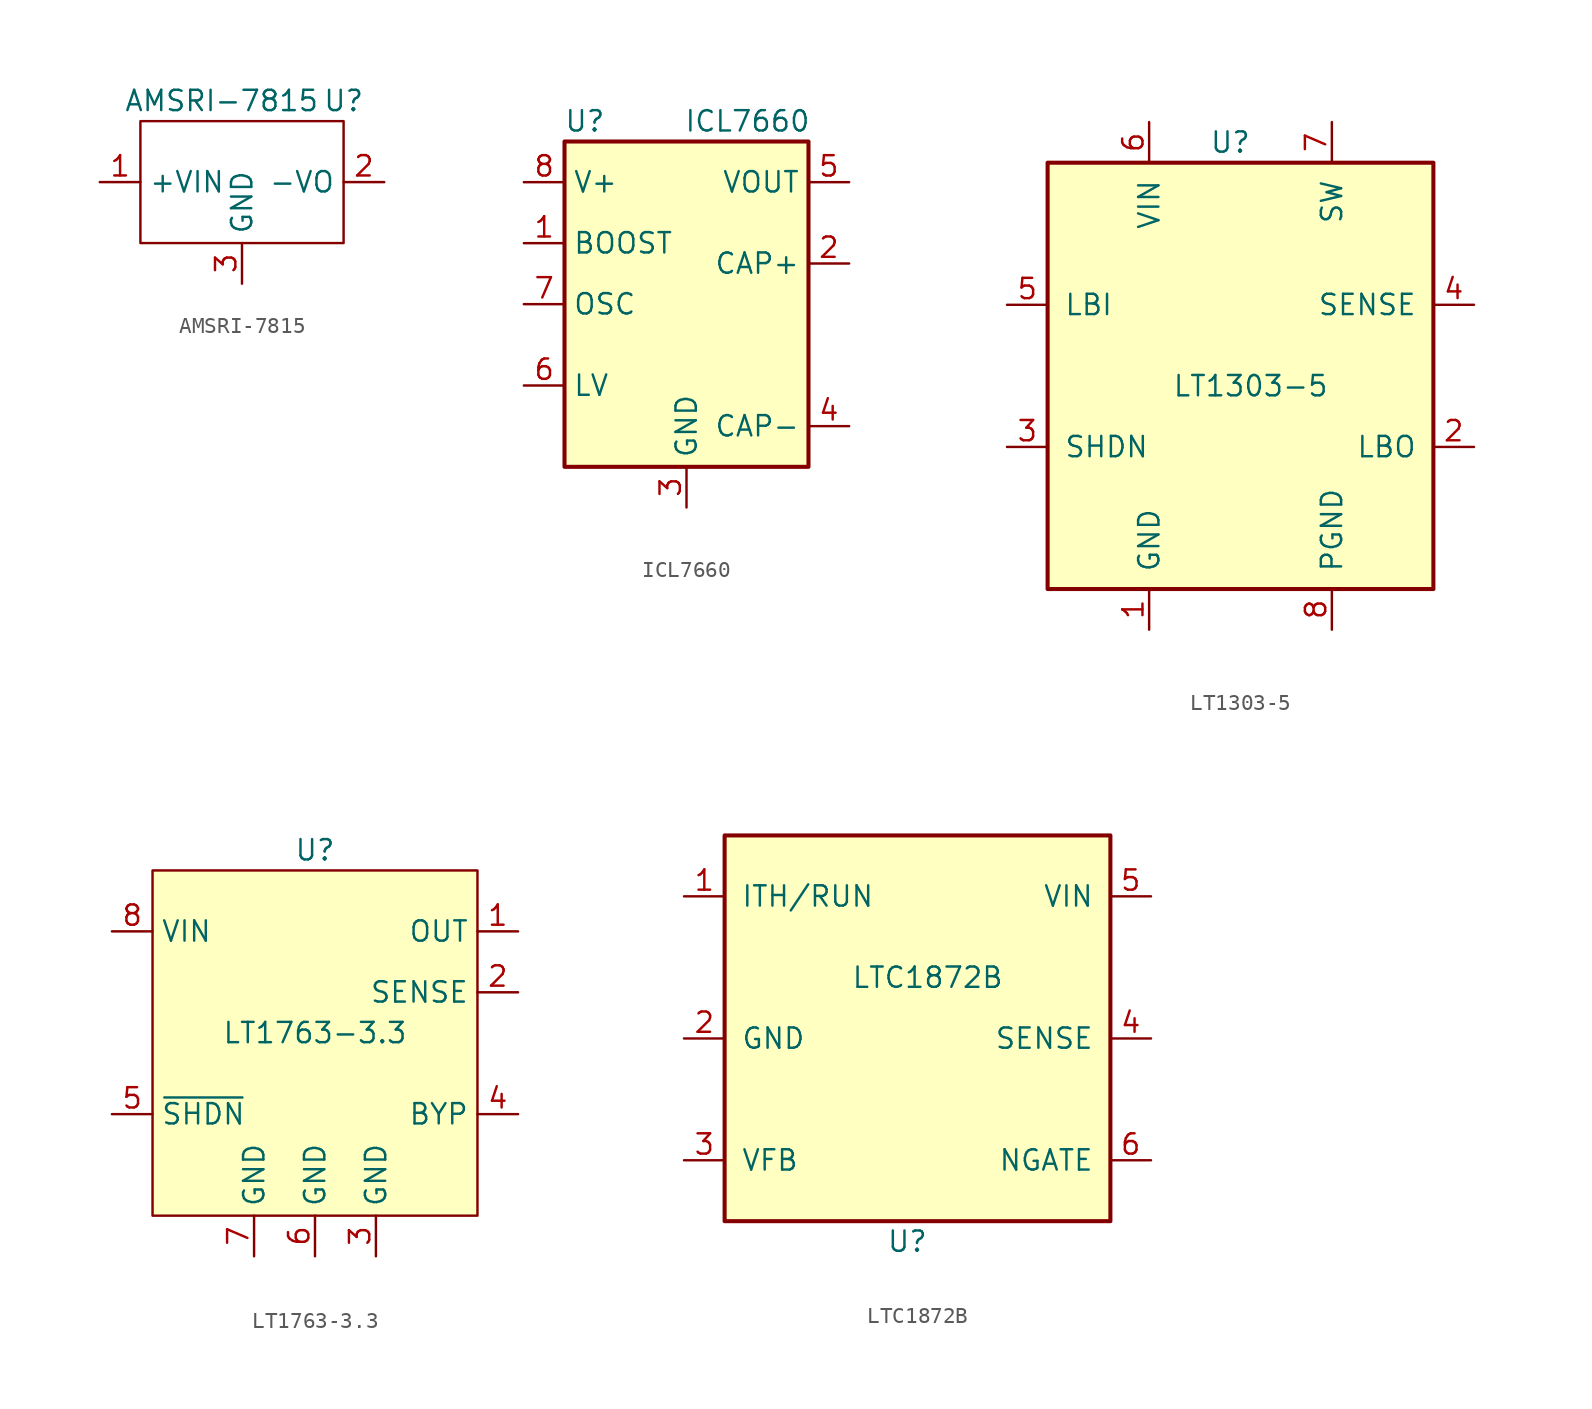
<source format=kicad_sym>
(kicad_symbol_lib
  (version 20211014)
  (generator kicad_symbol_editor)
  (symbol "AMSRI-7815"
    (property "Reference" "U"
      (at 12.7 1.27 0)
      (effects (font (size 1.27 1.27))))
    (property "Value" "AMSRI-7815"
      (at 5.08 1.27 0)
      (effects (font (size 1.27 1.27))))
    (symbol "AMSRI-7815_0_1"
      (rectangle (start 0 0) (end 12.7 -7.62) (stroke (width 0.152) (type default) (color 0 0 0 0)) (fill (type none))))
    (symbol "AMSRI-7815_1_1"
      (pin power_in line (at -2.54 -3.81 0) (length 2.54) (name "+VIN" (effects (font (size 1.27 1.27)))) (number "1" (effects (font (size 1.27 1.27)))))
      (pin power_out line (at 15.24 -3.81 180) (length 2.54) (name "-VO" (effects (font (size 1.27 1.27)))) (number "2" (effects (font (size 1.27 1.27)))))
      (pin power_in line (at 6.35 -10.16 90) (length 2.54) (name "GND" (effects (font (size 1.27 1.27)))) (number "3" (effects (font (size 1.27 1.27)))))))
  (symbol "ICL7660"
    (property "Reference" "U"
      (at -6.35 11.43 0)
      (effects (font (size 1.27 1.27))))
    (property "Value" "ICL7660"
      (at 3.81 11.43 0)
      (effects (font (size 1.27 1.27))))
    (symbol "ICL7660_0_1"
      (rectangle (start -7.62 10.16) (end 7.62 -10.16) (stroke (width 0.254) (type default) (color 0 0 0 0)) (fill (type background))))
    (symbol "ICL7660_1_1"
      (pin input line (at -10.16 3.81 0) (length 2.54) (name "BOOST" (effects (font (size 1.27 1.27)))) (number "1" (effects (font (size 1.27 1.27)))))
      (pin input line (at 10.16 2.54 180) (length 2.54) (name "CAP+" (effects (font (size 1.27 1.27)))) (number "2" (effects (font (size 1.27 1.27)))))
      (pin power_in line (at 0 -12.7 90) (length 2.54) (name "GND" (effects (font (size 1.27 1.27)))) (number "3" (effects (font (size 1.27 1.27)))))
      (pin input line (at 10.16 -7.62 180) (length 2.54) (name "CAP-" (effects (font (size 1.27 1.27)))) (number "4" (effects (font (size 1.27 1.27)))))
      (pin power_out line (at 10.16 7.62 180) (length 2.54) (name "VOUT" (effects (font (size 1.27 1.27)))) (number "5" (effects (font (size 1.27 1.27)))))
      (pin input line (at -10.16 -5.08 0) (length 2.54) (name "LV" (effects (font (size 1.27 1.27)))) (number "6" (effects (font (size 1.27 1.27)))))
      (pin input line (at -10.16 0 0) (length 2.54) (name "OSC" (effects (font (size 1.27 1.27)))) (number "7" (effects (font (size 1.27 1.27)))))
      (pin power_in line (at -10.16 7.62 0) (length 2.54) (name "V+" (effects (font (size 1.27 1.27)))) (number "8" (effects (font (size 1.27 1.27)))))))
  (symbol "LT1303-5"
    (pin_names
      (offset 1.016))
    (property "Reference" "U"
      (at 3.81 11.43 0)
      (effects (font (size 1.27 1.27))))
    (property "Value" "LT1303-5"
      (at 5.08 -3.81 0)
      (effects (font (size 1.27 1.27))))
    (symbol "LT1303-5_1_1"
      (rectangle (start -7.62 10.16) (end 16.51 -16.51) (stroke (width 0.254) (type default) (color 0 0 0 0)) (fill (type background)))
      (pin power_in line (at -1.27 -19.05 90) (length 2.54) (name "GND" (effects (font (size 1.27 1.27)))) (number "1" (effects (font (size 1.27 1.27)))))
      (pin input line (at 19.05 -7.62 180) (length 2.54) (name "LBO" (effects (font (size 1.27 1.27)))) (number "2" (effects (font (size 1.27 1.27)))))
      (pin input line (at -10.16 -7.62 0) (length 2.54) (name "SHDN" (effects (font (size 1.27 1.27)))) (number "3" (effects (font (size 1.27 1.27)))))
      (pin input line (at 19.05 1.27 180) (length 2.54) (name "SENSE" (effects (font (size 1.27 1.27)))) (number "4" (effects (font (size 1.27 1.27)))))
      (pin passive line (at -10.16 1.27 0) (length 2.54) (name "LBI" (effects (font (size 1.27 1.27)))) (number "5" (effects (font (size 1.27 1.27)))))
      (pin power_in line (at -1.27 12.7 270) (length 2.54) (name "VIN" (effects (font (size 1.27 1.27)))) (number "6" (effects (font (size 1.27 1.27)))))
      (pin passive line (at 10.16 12.7 270) (length 2.54) (name "SW" (effects (font (size 1.27 1.27)))) (number "7" (effects (font (size 1.27 1.27)))))
      (pin power_in line (at 10.16 -19.05 90) (length 2.54) (name "PGND" (effects (font (size 1.27 1.27)))) (number "8" (effects (font (size 1.27 1.27)))))))
  (symbol "LT1763-3.3"
    (property "Reference" "U"
      (at 6.35 6.35 0)
      (effects (font (size 1.27 1.27))))
    (property "Value" "LT1763-3.3"
      (at 6.35 -5.08 0)
      (effects (font (size 1.27 1.27))))
    (symbol "LT1763-3.3_0_1"
      (rectangle (start -3.81 5.08) (end 16.51 -16.51) (stroke (width 0) (type default) (color 0 0 0 0)) (fill (type background))))
    (symbol "LT1763-3.3_1_1"
      (pin output line (at 19.05 1.27 180) (length 2.54) (name "OUT" (effects (font (size 1.27 1.27)))) (number "1" (effects (font (size 1.27 1.27)))))
      (pin input line (at 19.05 -2.54 180) (length 2.54) (name "SENSE" (effects (font (size 1.27 1.27)))) (number "2" (effects (font (size 1.27 1.27)))))
      (pin power_in line (at 10.16 -19.05 90) (length 2.54) (name "GND" (effects (font (size 1.27 1.27)))) (number "3" (effects (font (size 1.27 1.27)))))
      (pin input line (at 19.05 -10.16 180) (length 2.54) (name "BYP" (effects (font (size 1.27 1.27)))) (number "4" (effects (font (size 1.27 1.27)))))
      (pin input line (at -6.35 -10.16 0) (length 2.54) (name "~{SHDN}" (effects (font (size 1.27 1.27)))) (number "5" (effects (font (size 1.27 1.27)))))
      (pin power_in line (at 6.35 -19.05 90) (length 2.54) (name "GND" (effects (font (size 1.27 1.27)))) (number "6" (effects (font (size 1.27 1.27)))))
      (pin power_in line (at 2.54 -19.05 90) (length 2.54) (name "GND" (effects (font (size 1.27 1.27)))) (number "7" (effects (font (size 1.27 1.27)))))
      (pin power_in line (at -6.35 1.27 0) (length 2.54) (name "VIN" (effects (font (size 1.27 1.27)))) (number "8" (effects (font (size 1.27 1.27)))))))
  (symbol "LTC1872B"
    (pin_names
      (offset 1.016))
    (property "Reference" "U"
      (at 0 -12.7 0)
      (effects (font (size 1.27 1.27))))
    (property "Value" "LTC1872B"
      (at 1.27 3.81 0)
      (effects (font (size 1.27 1.27))))
    (symbol "LTC1872B_1_1"
      (rectangle (start -11.43 12.7) (end 12.7 -11.43) (stroke (width 0.254) (type default) (color 0 0 0 0)) (fill (type background)))
      (pin input line (at -13.97 8.89 0) (length 2.54) (name "ITH/RUN" (effects (font (size 1.27 1.27)))) (number "1" (effects (font (size 1.27 1.27)))))
      (pin power_in line (at -13.97 0 0) (length 2.54) (name "GND" (effects (font (size 1.27 1.27)))) (number "2" (effects (font (size 1.27 1.27)))))
      (pin input line (at -13.97 -7.62 0) (length 2.54) (name "VFB" (effects (font (size 1.27 1.27)))) (number "3" (effects (font (size 1.27 1.27)))))
      (pin input line (at 15.24 0 180) (length 2.54) (name "SENSE" (effects (font (size 1.27 1.27)))) (number "4" (effects (font (size 1.27 1.27)))))
      (pin power_in line (at 15.24 8.89 180) (length 2.54) (name "VIN" (effects (font (size 1.27 1.27)))) (number "5" (effects (font (size 1.27 1.27)))))
      (pin output line (at 15.24 -7.62 180) (length 2.54) (name "NGATE" (effects (font (size 1.27 1.27)))) (number "6" (effects (font (size 1.27 1.27))))))))
</source>
